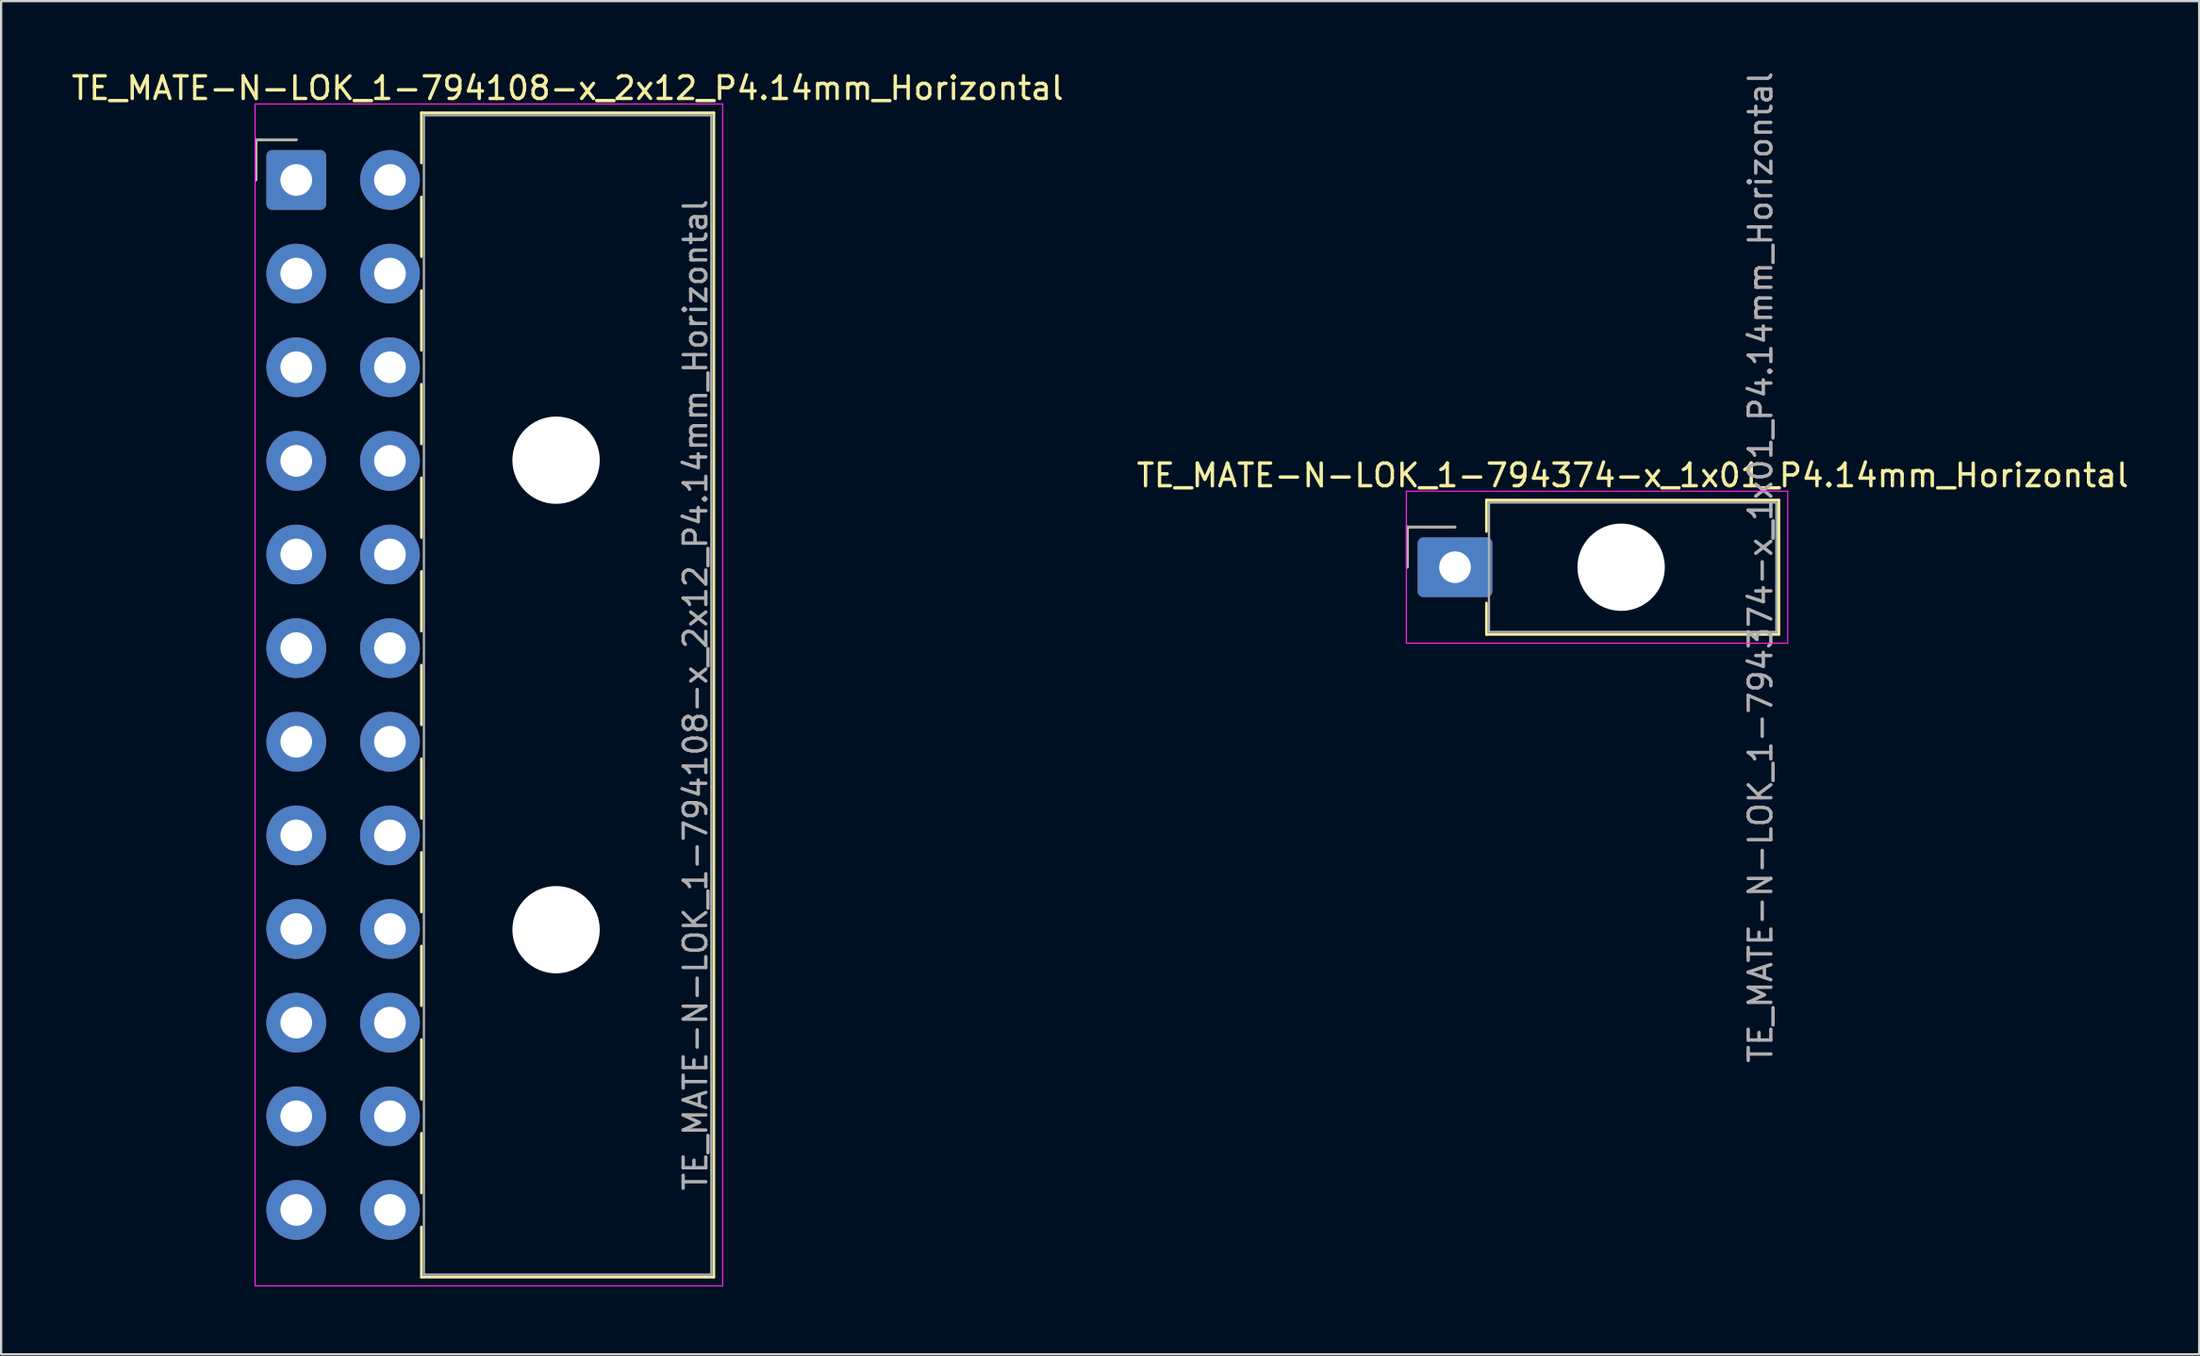
<source format=kicad_pcb>
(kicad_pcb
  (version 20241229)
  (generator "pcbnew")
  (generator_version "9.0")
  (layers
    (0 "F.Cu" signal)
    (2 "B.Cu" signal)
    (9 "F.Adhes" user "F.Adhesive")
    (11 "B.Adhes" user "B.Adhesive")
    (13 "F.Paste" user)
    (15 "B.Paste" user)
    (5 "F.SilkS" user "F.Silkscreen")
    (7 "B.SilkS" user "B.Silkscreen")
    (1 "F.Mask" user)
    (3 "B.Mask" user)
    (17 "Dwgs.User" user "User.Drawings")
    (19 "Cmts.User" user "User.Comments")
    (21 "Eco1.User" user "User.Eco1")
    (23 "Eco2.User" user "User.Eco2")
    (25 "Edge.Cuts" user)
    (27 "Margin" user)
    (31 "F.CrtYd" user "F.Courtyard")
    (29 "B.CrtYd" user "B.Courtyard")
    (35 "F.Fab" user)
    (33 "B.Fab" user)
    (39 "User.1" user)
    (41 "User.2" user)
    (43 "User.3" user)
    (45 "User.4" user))
  (footprint "TE_MATE-N-LOK_1-794108-x_2x12_P4.14mm_Horizontal"
    (layer "F.Cu")
    (at 10.04 4.908)
    (property "Reference" "TE_MATE-N-LOK_1-794108-x_2x12_P4.14mm_Horizontal" (at 11.99 -4.06 0) (layer "F.SilkS") (effects (font (size 1 1) (thickness 0.15))))
    (attr through_hole)
    (fp_line (start -1.78 -1.78) (end -1.78 0) (stroke (width 0.12) (type solid)) (layer "F.SilkS"))
    (fp_line (start 0 -1.78) (end -1.78 -1.78) (stroke (width 0.12) (type solid)) (layer "F.SilkS"))
    (fp_line (start 5.53 -2.97) (end 18.45 -2.97) (stroke (width 0.12) (type solid)) (layer "F.SilkS"))
    (fp_line (start 5.53 -0.751) (end 5.53 -2.97) (stroke (width 0.12) (type solid)) (layer "F.SilkS"))
    (fp_line (start 5.53 0.751) (end 5.53 3.389) (stroke (width 0.12) (type solid)) (layer "F.SilkS"))
    (fp_line (start 5.53 4.891) (end 5.53 7.529) (stroke (width 0.12) (type solid)) (layer "F.SilkS"))
    (fp_line (start 5.53 9.031) (end 5.53 11.669) (stroke (width 0.12) (type solid)) (layer "F.SilkS"))
    (fp_line (start 5.53 13.171) (end 5.53 15.809) (stroke (width 0.12) (type solid)) (layer "F.SilkS"))
    (fp_line (start 5.53 17.311) (end 5.53 19.949) (stroke (width 0.12) (type solid)) (layer "F.SilkS"))
    (fp_line (start 5.53 21.451) (end 5.53 24.089) (stroke (width 0.12) (type solid)) (layer "F.SilkS"))
    (fp_line (start 5.53 25.591) (end 5.53 28.229) (stroke (width 0.12) (type solid)) (layer "F.SilkS"))
    (fp_line (start 5.53 29.731) (end 5.53 32.369) (stroke (width 0.12) (type solid)) (layer "F.SilkS"))
    (fp_line (start 5.53 33.871) (end 5.53 36.509) (stroke (width 0.12) (type solid)) (layer "F.SilkS"))
    (fp_line (start 5.53 38.011) (end 5.53 40.649) (stroke (width 0.12) (type solid)) (layer "F.SilkS"))
    (fp_line (start 5.53 42.151) (end 5.53 44.789) (stroke (width 0.12) (type solid)) (layer "F.SilkS"))
    (fp_line (start 5.53 48.51) (end 5.53 46.291) (stroke (width 0.12) (type solid)) (layer "F.SilkS"))
    (fp_line (start 18.45 -2.97) (end 18.45 48.51) (stroke (width 0.12) (type solid)) (layer "F.SilkS"))
    (fp_line (start 18.45 48.51) (end 5.53 48.51) (stroke (width 0.12) (type solid)) (layer "F.SilkS"))
    (fp_line (start -1.82 -3.36) (end -1.82 48.9) (stroke (width 0.05) (type solid)) (layer "F.CrtYd"))
    (fp_line (start -1.82 48.9) (end 18.84 48.9) (stroke (width 0.05) (type solid)) (layer "F.CrtYd"))
    (fp_line (start 18.84 -3.36) (end -1.82 -3.36) (stroke (width 0.05) (type solid)) (layer "F.CrtYd"))
    (fp_line (start 18.84 48.9) (end 18.84 -3.36) (stroke (width 0.05) (type solid)) (layer "F.CrtYd"))
    (fp_line (start -1.78 -1.78) (end -1.78 0) (stroke (width 0.1) (type solid)) (layer "F.Fab"))
    (fp_line (start 0 -1.78) (end -1.78 -1.78) (stroke (width 0.1) (type solid)) (layer "F.Fab"))
    (fp_line (start 5.64 -2.86) (end 5.64 48.4) (stroke (width 0.1) (type solid)) (layer "F.Fab"))
    (fp_line (start 5.64 48.4) (end 18.34 48.4) (stroke (width 0.1) (type solid)) (layer "F.Fab"))
    (fp_line (start 18.34 -2.86) (end 5.64 -2.86) (stroke (width 0.1) (type solid)) (layer "F.Fab"))
    (fp_line (start 18.34 48.4) (end 18.34 -2.86) (stroke (width 0.1) (type solid)) (layer "F.Fab"))
    (fp_text user "${REFERENCE}" (at 17.64 22.77 90) (layer "F.Fab") (effects (font (size 1 1) (thickness 0.15))))
    (pad "" np_thru_hole circle (at 11.48 12.39) (size 3.86 3.86) (drill 3.86) (layers "*.Cu" "*.Mask"))
    (pad "" np_thru_hole circle (at 11.48 33.15) (size 3.86 3.86) (drill 3.86) (layers "*.Cu" "*.Mask"))
    (pad "1" thru_hole roundrect (at 0 0) (size 2.64 2.64) (drill 1.4) (layers "*.Cu" "*.Mask") (roundrect_rratio 0.095))
    (pad "2" thru_hole circle (at 0 4.14) (size 2.64 2.64) (drill 1.4) (layers "*.Cu" "*.Mask"))
    (pad "3" thru_hole circle (at 0 8.28) (size 2.64 2.64) (drill 1.4) (layers "*.Cu" "*.Mask"))
    (pad "4" thru_hole circle (at 0 12.42) (size 2.64 2.64) (drill 1.4) (layers "*.Cu" "*.Mask"))
    (pad "5" thru_hole circle (at 0 16.56) (size 2.64 2.64) (drill 1.4) (layers "*.Cu" "*.Mask"))
    (pad "6" thru_hole circle (at 0 20.7) (size 2.64 2.64) (drill 1.4) (layers "*.Cu" "*.Mask"))
    (pad "7" thru_hole circle (at 0 24.84) (size 2.64 2.64) (drill 1.4) (layers "*.Cu" "*.Mask"))
    (pad "8" thru_hole circle (at 0 28.98) (size 2.64 2.64) (drill 1.4) (layers "*.Cu" "*.Mask"))
    (pad "9" thru_hole circle (at 0 33.12) (size 2.64 2.64) (drill 1.4) (layers "*.Cu" "*.Mask"))
    (pad "10" thru_hole circle (at 0 37.26) (size 2.64 2.64) (drill 1.4) (layers "*.Cu" "*.Mask"))
    (pad "11" thru_hole circle (at 0 41.4) (size 2.64 2.64) (drill 1.4) (layers "*.Cu" "*.Mask"))
    (pad "12" thru_hole circle (at 0 45.54) (size 2.64 2.64) (drill 1.4) (layers "*.Cu" "*.Mask"))
    (pad "13" thru_hole circle (at 4.14 0) (size 2.64 2.64) (drill 1.4) (layers "*.Cu" "*.Mask"))
    (pad "14" thru_hole circle (at 4.14 4.14) (size 2.64 2.64) (drill 1.4) (layers "*.Cu" "*.Mask"))
    (pad "15" thru_hole circle (at 4.14 8.28) (size 2.64 2.64) (drill 1.4) (layers "*.Cu" "*.Mask"))
    (pad "16" thru_hole circle (at 4.14 12.42) (size 2.64 2.64) (drill 1.4) (layers "*.Cu" "*.Mask"))
    (pad "17" thru_hole circle (at 4.14 16.56) (size 2.64 2.64) (drill 1.4) (layers "*.Cu" "*.Mask"))
    (pad "18" thru_hole circle (at 4.14 20.7) (size 2.64 2.64) (drill 1.4) (layers "*.Cu" "*.Mask"))
    (pad "19" thru_hole circle (at 4.14 24.84) (size 2.64 2.64) (drill 1.4) (layers "*.Cu" "*.Mask"))
    (pad "20" thru_hole circle (at 4.14 28.98) (size 2.64 2.64) (drill 1.4) (layers "*.Cu" "*.Mask"))
    (pad "21" thru_hole circle (at 4.14 33.12) (size 2.64 2.64) (drill 1.4) (layers "*.Cu" "*.Mask"))
    (pad "22" thru_hole circle (at 4.14 37.26) (size 2.64 2.64) (drill 1.4) (layers "*.Cu" "*.Mask"))
    (pad "23" thru_hole circle (at 4.14 41.4) (size 2.64 2.64) (drill 1.4) (layers "*.Cu" "*.Mask"))
    (pad "24" thru_hole circle (at 4.14 45.54) (size 2.64 2.64) (drill 1.4) (layers "*.Cu" "*.Mask")))
  (footprint "TE_MATE-N-LOK_1-794374-x_1x01_P4.14mm_Horizontal"
    (layer "F.Cu")
    (at 61.239 22.03)
    (property "Reference" "TE_MATE-N-LOK_1-794374-x_1x01_P4.14mm_Horizontal" (at 7.85 -4.06 0) (layer "F.SilkS") (effects (font (size 1 1) (thickness 0.15))))
    (attr through_hole)
    (fp_line (start -2.11 -1.78) (end -2.11 0) (stroke (width 0.12) (type solid)) (layer "F.SilkS"))
    (fp_line (start 0 -1.78) (end -2.11 -1.78) (stroke (width 0.12) (type solid)) (layer "F.SilkS"))
    (fp_line (start 1.39 -2.97) (end 14.31 -2.97) (stroke (width 0.12) (type solid)) (layer "F.SilkS"))
    (fp_line (start 1.39 -1.58) (end 1.39 -2.97) (stroke (width 0.12) (type solid)) (layer "F.SilkS"))
    (fp_line (start 1.39 2.97) (end 1.39 1.58) (stroke (width 0.12) (type solid)) (layer "F.SilkS"))
    (fp_line (start 14.31 -2.97) (end 14.31 2.97) (stroke (width 0.12) (type solid)) (layer "F.SilkS"))
    (fp_line (start 14.31 2.97) (end 1.39 2.97) (stroke (width 0.12) (type solid)) (layer "F.SilkS"))
    (fp_line (start -2.15 -3.36) (end -2.15 3.36) (stroke (width 0.05) (type solid)) (layer "F.CrtYd"))
    (fp_line (start -2.15 3.36) (end 14.7 3.36) (stroke (width 0.05) (type solid)) (layer "F.CrtYd"))
    (fp_line (start 14.7 -3.36) (end -2.15 -3.36) (stroke (width 0.05) (type solid)) (layer "F.CrtYd"))
    (fp_line (start 14.7 3.36) (end 14.7 -3.36) (stroke (width 0.05) (type solid)) (layer "F.CrtYd"))
    (fp_line (start -2.11 -1.78) (end -2.11 0) (stroke (width 0.1) (type solid)) (layer "F.Fab"))
    (fp_line (start 0 -1.78) (end -2.11 -1.78) (stroke (width 0.1) (type solid)) (layer "F.Fab"))
    (fp_line (start 1.5 -2.86) (end 1.5 2.86) (stroke (width 0.1) (type solid)) (layer "F.Fab"))
    (fp_line (start 1.5 2.86) (end 14.2 2.86) (stroke (width 0.1) (type solid)) (layer "F.Fab"))
    (fp_line (start 14.2 -2.86) (end 1.5 -2.86) (stroke (width 0.1) (type solid)) (layer "F.Fab"))
    (fp_line (start 14.2 2.86) (end 14.2 -2.86) (stroke (width 0.1) (type solid)) (layer "F.Fab"))
    (fp_text user "${REFERENCE}" (at 13.5 0 90) (layer "F.Fab") (effects (font (size 1 1) (thickness 0.15))))
    (pad "" np_thru_hole circle (at 7.34 0) (size 3.86 3.86) (drill 3.86) (layers "*.Cu" "*.Mask"))
    (pad "1" thru_hole roundrect (at 0 0) (size 3.3 2.64) (drill 1.4) (layers "*.Cu" "*.Mask") (roundrect_rratio 0.095)))
  (gr_rect
    (start -3 -3)
    (end 94.119 56.833)
    (stroke (width 0.1) (type default))
    (fill no)
    (layer "Edge.Cuts")))
</source>
